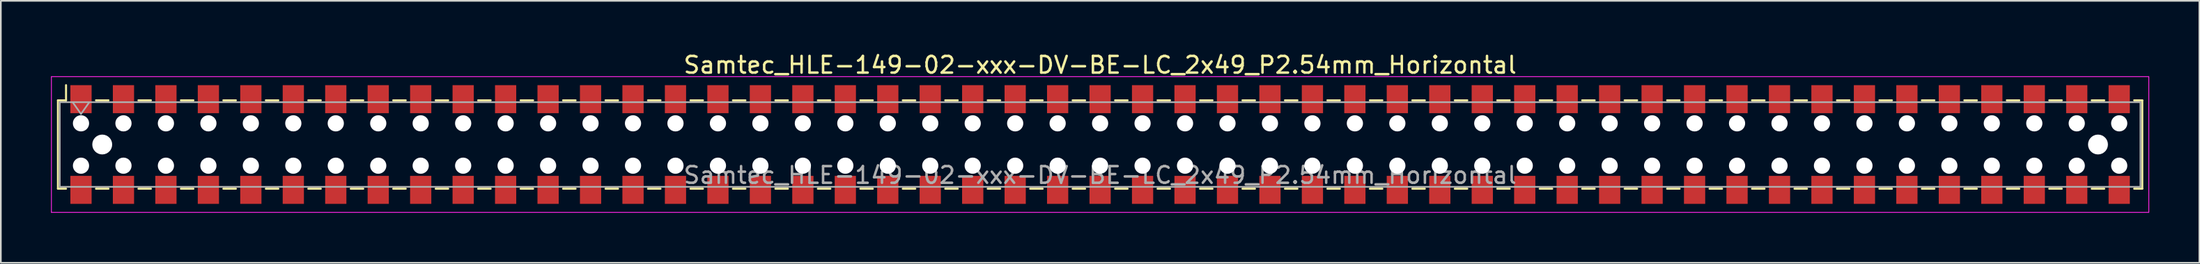
<source format=kicad_pcb>
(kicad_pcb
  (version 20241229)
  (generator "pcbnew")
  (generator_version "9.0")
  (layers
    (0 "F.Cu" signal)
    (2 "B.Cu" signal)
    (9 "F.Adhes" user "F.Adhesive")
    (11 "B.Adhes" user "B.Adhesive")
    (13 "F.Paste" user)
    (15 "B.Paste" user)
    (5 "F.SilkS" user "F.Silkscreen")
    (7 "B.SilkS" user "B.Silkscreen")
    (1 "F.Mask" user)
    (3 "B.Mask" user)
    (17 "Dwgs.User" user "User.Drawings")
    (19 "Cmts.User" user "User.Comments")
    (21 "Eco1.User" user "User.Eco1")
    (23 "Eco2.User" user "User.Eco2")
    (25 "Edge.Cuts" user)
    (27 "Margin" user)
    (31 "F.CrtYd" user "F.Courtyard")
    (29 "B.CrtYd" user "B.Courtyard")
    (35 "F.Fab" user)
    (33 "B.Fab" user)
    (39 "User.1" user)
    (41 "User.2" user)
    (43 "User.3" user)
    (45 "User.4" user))
  (footprint "Samtec_HLE-149-02-xxx-DV-BE-LC_2x49_P2.54mm_Horizontal"
    (layer "F.Cu")
    (at 62.755 5.618)
    (property "Reference" "Samtec_HLE-149-02-xxx-DV-BE-LC_2x49_P2.54mm_Horizontal" (at 0 -4.77 0) (layer "F.SilkS") (effects (font (size 1 1) (thickness 0.15))))
    (attr smd)
    (fp_line (start -62.34 -2.65) (end -62.34 2.65) (stroke (width 0.12) (type solid)) (layer "F.SilkS"))
    (fp_line (start -62.34 2.65) (end -61.855 2.65) (stroke (width 0.12) (type solid)) (layer "F.SilkS"))
    (fp_line (start -61.855 -3.56) (end -61.855 -2.65) (stroke (width 0.12) (type solid)) (layer "F.SilkS"))
    (fp_line (start -61.855 -2.65) (end -62.34 -2.65) (stroke (width 0.12) (type solid)) (layer "F.SilkS"))
    (fp_line (start -60.065 -2.65) (end -59.315 -2.65) (stroke (width 0.12) (type solid)) (layer "F.SilkS"))
    (fp_line (start -60.065 2.65) (end -59.315 2.65) (stroke (width 0.12) (type solid)) (layer "F.SilkS"))
    (fp_line (start -57.525 -2.65) (end -56.775 -2.65) (stroke (width 0.12) (type solid)) (layer "F.SilkS"))
    (fp_line (start -57.525 2.65) (end -56.775 2.65) (stroke (width 0.12) (type solid)) (layer "F.SilkS"))
    (fp_line (start -54.985 -2.65) (end -54.235 -2.65) (stroke (width 0.12) (type solid)) (layer "F.SilkS"))
    (fp_line (start -54.985 2.65) (end -54.235 2.65) (stroke (width 0.12) (type solid)) (layer "F.SilkS"))
    (fp_line (start -52.445 -2.65) (end -51.695 -2.65) (stroke (width 0.12) (type solid)) (layer "F.SilkS"))
    (fp_line (start -52.445 2.65) (end -51.695 2.65) (stroke (width 0.12) (type solid)) (layer "F.SilkS"))
    (fp_line (start -49.905 -2.65) (end -49.155 -2.65) (stroke (width 0.12) (type solid)) (layer "F.SilkS"))
    (fp_line (start -49.905 2.65) (end -49.155 2.65) (stroke (width 0.12) (type solid)) (layer "F.SilkS"))
    (fp_line (start -47.365 -2.65) (end -46.615 -2.65) (stroke (width 0.12) (type solid)) (layer "F.SilkS"))
    (fp_line (start -47.365 2.65) (end -46.615 2.65) (stroke (width 0.12) (type solid)) (layer "F.SilkS"))
    (fp_line (start -44.825 -2.65) (end -44.075 -2.65) (stroke (width 0.12) (type solid)) (layer "F.SilkS"))
    (fp_line (start -44.825 2.65) (end -44.075 2.65) (stroke (width 0.12) (type solid)) (layer "F.SilkS"))
    (fp_line (start -42.285 -2.65) (end -41.535 -2.65) (stroke (width 0.12) (type solid)) (layer "F.SilkS"))
    (fp_line (start -42.285 2.65) (end -41.535 2.65) (stroke (width 0.12) (type solid)) (layer "F.SilkS"))
    (fp_line (start -39.745 -2.65) (end -38.995 -2.65) (stroke (width 0.12) (type solid)) (layer "F.SilkS"))
    (fp_line (start -39.745 2.65) (end -38.995 2.65) (stroke (width 0.12) (type solid)) (layer "F.SilkS"))
    (fp_line (start -37.205 -2.65) (end -36.455 -2.65) (stroke (width 0.12) (type solid)) (layer "F.SilkS"))
    (fp_line (start -37.205 2.65) (end -36.455 2.65) (stroke (width 0.12) (type solid)) (layer "F.SilkS"))
    (fp_line (start -34.665 -2.65) (end -33.915 -2.65) (stroke (width 0.12) (type solid)) (layer "F.SilkS"))
    (fp_line (start -34.665 2.65) (end -33.915 2.65) (stroke (width 0.12) (type solid)) (layer "F.SilkS"))
    (fp_line (start -32.125 -2.65) (end -31.375 -2.65) (stroke (width 0.12) (type solid)) (layer "F.SilkS"))
    (fp_line (start -32.125 2.65) (end -31.375 2.65) (stroke (width 0.12) (type solid)) (layer "F.SilkS"))
    (fp_line (start -29.585 -2.65) (end -28.835 -2.65) (stroke (width 0.12) (type solid)) (layer "F.SilkS"))
    (fp_line (start -29.585 2.65) (end -28.835 2.65) (stroke (width 0.12) (type solid)) (layer "F.SilkS"))
    (fp_line (start -27.045 -2.65) (end -26.295 -2.65) (stroke (width 0.12) (type solid)) (layer "F.SilkS"))
    (fp_line (start -27.045 2.65) (end -26.295 2.65) (stroke (width 0.12) (type solid)) (layer "F.SilkS"))
    (fp_line (start -24.505 -2.65) (end -23.755 -2.65) (stroke (width 0.12) (type solid)) (layer "F.SilkS"))
    (fp_line (start -24.505 2.65) (end -23.755 2.65) (stroke (width 0.12) (type solid)) (layer "F.SilkS"))
    (fp_line (start -21.965 -2.65) (end -21.215 -2.65) (stroke (width 0.12) (type solid)) (layer "F.SilkS"))
    (fp_line (start -21.965 2.65) (end -21.215 2.65) (stroke (width 0.12) (type solid)) (layer "F.SilkS"))
    (fp_line (start -19.425 -2.65) (end -18.675 -2.65) (stroke (width 0.12) (type solid)) (layer "F.SilkS"))
    (fp_line (start -19.425 2.65) (end -18.675 2.65) (stroke (width 0.12) (type solid)) (layer "F.SilkS"))
    (fp_line (start -16.885 -2.65) (end -16.135 -2.65) (stroke (width 0.12) (type solid)) (layer "F.SilkS"))
    (fp_line (start -16.885 2.65) (end -16.135 2.65) (stroke (width 0.12) (type solid)) (layer "F.SilkS"))
    (fp_line (start -14.345 -2.65) (end -13.595 -2.65) (stroke (width 0.12) (type solid)) (layer "F.SilkS"))
    (fp_line (start -14.345 2.65) (end -13.595 2.65) (stroke (width 0.12) (type solid)) (layer "F.SilkS"))
    (fp_line (start -11.805 -2.65) (end -11.055 -2.65) (stroke (width 0.12) (type solid)) (layer "F.SilkS"))
    (fp_line (start -11.805 2.65) (end -11.055 2.65) (stroke (width 0.12) (type solid)) (layer "F.SilkS"))
    (fp_line (start -9.265 -2.65) (end -8.515 -2.65) (stroke (width 0.12) (type solid)) (layer "F.SilkS"))
    (fp_line (start -9.265 2.65) (end -8.515 2.65) (stroke (width 0.12) (type solid)) (layer "F.SilkS"))
    (fp_line (start -6.725 -2.65) (end -5.975 -2.65) (stroke (width 0.12) (type solid)) (layer "F.SilkS"))
    (fp_line (start -6.725 2.65) (end -5.975 2.65) (stroke (width 0.12) (type solid)) (layer "F.SilkS"))
    (fp_line (start -4.185 -2.65) (end -3.435 -2.65) (stroke (width 0.12) (type solid)) (layer "F.SilkS"))
    (fp_line (start -4.185 2.65) (end -3.435 2.65) (stroke (width 0.12) (type solid)) (layer "F.SilkS"))
    (fp_line (start -1.645 -2.65) (end -0.895 -2.65) (stroke (width 0.12) (type solid)) (layer "F.SilkS"))
    (fp_line (start -1.645 2.65) (end -0.895 2.65) (stroke (width 0.12) (type solid)) (layer "F.SilkS"))
    (fp_line (start 0.895 -2.65) (end 1.645 -2.65) (stroke (width 0.12) (type solid)) (layer "F.SilkS"))
    (fp_line (start 0.895 2.65) (end 1.645 2.65) (stroke (width 0.12) (type solid)) (layer "F.SilkS"))
    (fp_line (start 3.435 -2.65) (end 4.185 -2.65) (stroke (width 0.12) (type solid)) (layer "F.SilkS"))
    (fp_line (start 3.435 2.65) (end 4.185 2.65) (stroke (width 0.12) (type solid)) (layer "F.SilkS"))
    (fp_line (start 5.975 -2.65) (end 6.725 -2.65) (stroke (width 0.12) (type solid)) (layer "F.SilkS"))
    (fp_line (start 5.975 2.65) (end 6.725 2.65) (stroke (width 0.12) (type solid)) (layer "F.SilkS"))
    (fp_line (start 8.515 -2.65) (end 9.265 -2.65) (stroke (width 0.12) (type solid)) (layer "F.SilkS"))
    (fp_line (start 8.515 2.65) (end 9.265 2.65) (stroke (width 0.12) (type solid)) (layer "F.SilkS"))
    (fp_line (start 11.055 -2.65) (end 11.805 -2.65) (stroke (width 0.12) (type solid)) (layer "F.SilkS"))
    (fp_line (start 11.055 2.65) (end 11.805 2.65) (stroke (width 0.12) (type solid)) (layer "F.SilkS"))
    (fp_line (start 13.595 -2.65) (end 14.345 -2.65) (stroke (width 0.12) (type solid)) (layer "F.SilkS"))
    (fp_line (start 13.595 2.65) (end 14.345 2.65) (stroke (width 0.12) (type solid)) (layer "F.SilkS"))
    (fp_line (start 16.135 -2.65) (end 16.885 -2.65) (stroke (width 0.12) (type solid)) (layer "F.SilkS"))
    (fp_line (start 16.135 2.65) (end 16.885 2.65) (stroke (width 0.12) (type solid)) (layer "F.SilkS"))
    (fp_line (start 18.675 -2.65) (end 19.425 -2.65) (stroke (width 0.12) (type solid)) (layer "F.SilkS"))
    (fp_line (start 18.675 2.65) (end 19.425 2.65) (stroke (width 0.12) (type solid)) (layer "F.SilkS"))
    (fp_line (start 21.215 -2.65) (end 21.965 -2.65) (stroke (width 0.12) (type solid)) (layer "F.SilkS"))
    (fp_line (start 21.215 2.65) (end 21.965 2.65) (stroke (width 0.12) (type solid)) (layer "F.SilkS"))
    (fp_line (start 23.755 -2.65) (end 24.505 -2.65) (stroke (width 0.12) (type solid)) (layer "F.SilkS"))
    (fp_line (start 23.755 2.65) (end 24.505 2.65) (stroke (width 0.12) (type solid)) (layer "F.SilkS"))
    (fp_line (start 26.295 -2.65) (end 27.045 -2.65) (stroke (width 0.12) (type solid)) (layer "F.SilkS"))
    (fp_line (start 26.295 2.65) (end 27.045 2.65) (stroke (width 0.12) (type solid)) (layer "F.SilkS"))
    (fp_line (start 28.835 -2.65) (end 29.585 -2.65) (stroke (width 0.12) (type solid)) (layer "F.SilkS"))
    (fp_line (start 28.835 2.65) (end 29.585 2.65) (stroke (width 0.12) (type solid)) (layer "F.SilkS"))
    (fp_line (start 31.375 -2.65) (end 32.125 -2.65) (stroke (width 0.12) (type solid)) (layer "F.SilkS"))
    (fp_line (start 31.375 2.65) (end 32.125 2.65) (stroke (width 0.12) (type solid)) (layer "F.SilkS"))
    (fp_line (start 33.915 -2.65) (end 34.665 -2.65) (stroke (width 0.12) (type solid)) (layer "F.SilkS"))
    (fp_line (start 33.915 2.65) (end 34.665 2.65) (stroke (width 0.12) (type solid)) (layer "F.SilkS"))
    (fp_line (start 36.455 -2.65) (end 37.205 -2.65) (stroke (width 0.12) (type solid)) (layer "F.SilkS"))
    (fp_line (start 36.455 2.65) (end 37.205 2.65) (stroke (width 0.12) (type solid)) (layer "F.SilkS"))
    (fp_line (start 38.995 -2.65) (end 39.745 -2.65) (stroke (width 0.12) (type solid)) (layer "F.SilkS"))
    (fp_line (start 38.995 2.65) (end 39.745 2.65) (stroke (width 0.12) (type solid)) (layer "F.SilkS"))
    (fp_line (start 41.535 -2.65) (end 42.285 -2.65) (stroke (width 0.12) (type solid)) (layer "F.SilkS"))
    (fp_line (start 41.535 2.65) (end 42.285 2.65) (stroke (width 0.12) (type solid)) (layer "F.SilkS"))
    (fp_line (start 44.075 -2.65) (end 44.825 -2.65) (stroke (width 0.12) (type solid)) (layer "F.SilkS"))
    (fp_line (start 44.075 2.65) (end 44.825 2.65) (stroke (width 0.12) (type solid)) (layer "F.SilkS"))
    (fp_line (start 46.615 -2.65) (end 47.365 -2.65) (stroke (width 0.12) (type solid)) (layer "F.SilkS"))
    (fp_line (start 46.615 2.65) (end 47.365 2.65) (stroke (width 0.12) (type solid)) (layer "F.SilkS"))
    (fp_line (start 49.155 -2.65) (end 49.905 -2.65) (stroke (width 0.12) (type solid)) (layer "F.SilkS"))
    (fp_line (start 49.155 2.65) (end 49.905 2.65) (stroke (width 0.12) (type solid)) (layer "F.SilkS"))
    (fp_line (start 51.695 -2.65) (end 52.445 -2.65) (stroke (width 0.12) (type solid)) (layer "F.SilkS"))
    (fp_line (start 51.695 2.65) (end 52.445 2.65) (stroke (width 0.12) (type solid)) (layer "F.SilkS"))
    (fp_line (start 54.235 -2.65) (end 54.985 -2.65) (stroke (width 0.12) (type solid)) (layer "F.SilkS"))
    (fp_line (start 54.235 2.65) (end 54.985 2.65) (stroke (width 0.12) (type solid)) (layer "F.SilkS"))
    (fp_line (start 56.775 -2.65) (end 57.525 -2.65) (stroke (width 0.12) (type solid)) (layer "F.SilkS"))
    (fp_line (start 56.775 2.65) (end 57.525 2.65) (stroke (width 0.12) (type solid)) (layer "F.SilkS"))
    (fp_line (start 59.315 -2.65) (end 60.065 -2.65) (stroke (width 0.12) (type solid)) (layer "F.SilkS"))
    (fp_line (start 59.315 2.65) (end 60.065 2.65) (stroke (width 0.12) (type solid)) (layer "F.SilkS"))
    (fp_line (start 61.855 -2.65) (end 62.34 -2.65) (stroke (width 0.12) (type solid)) (layer "F.SilkS"))
    (fp_line (start 62.34 -2.65) (end 62.34 2.65) (stroke (width 0.12) (type solid)) (layer "F.SilkS"))
    (fp_line (start 62.34 2.65) (end 61.855 2.65) (stroke (width 0.12) (type solid)) (layer "F.SilkS"))
    (fp_line (start -62.73 -4.07) (end 62.73 -4.07) (stroke (width 0.05) (type solid)) (layer "F.CrtYd"))
    (fp_line (start -62.73 4.07) (end -62.73 -4.07) (stroke (width 0.05) (type solid)) (layer "F.CrtYd"))
    (fp_line (start 62.73 -4.07) (end 62.73 4.07) (stroke (width 0.05) (type solid)) (layer "F.CrtYd"))
    (fp_line (start 62.73 4.07) (end -62.73 4.07) (stroke (width 0.05) (type solid)) (layer "F.CrtYd"))
    (fp_line (start -62.23 -2.54) (end 62.23 -2.54) (stroke (width 0.1) (type solid)) (layer "F.Fab"))
    (fp_line (start -62.23 2.54) (end -62.23 -2.54) (stroke (width 0.1) (type solid)) (layer "F.Fab"))
    (fp_line (start -61.46 -2.54) (end -60.96 -1.833) (stroke (width 0.1) (type solid)) (layer "F.Fab"))
    (fp_line (start -60.96 -1.833) (end -60.46 -2.54) (stroke (width 0.1) (type solid)) (layer "F.Fab"))
    (fp_line (start 62.23 -2.54) (end 62.23 2.54) (stroke (width 0.1) (type solid)) (layer "F.Fab"))
    (fp_line (start 62.23 2.54) (end -62.23 2.54) (stroke (width 0.1) (type solid)) (layer "F.Fab"))
    (fp_text user "${REFERENCE}" (at 0 1.84 0) (layer "F.Fab") (effects (font (size 1 1) (thickness 0.15))))
    (pad "" np_thru_hole circle (at -60.96 -1.27) (size 0.97 0.97) (drill 0.97) (layers "*.Cu" "*.Mask"))
    (pad "" np_thru_hole circle (at -60.96 1.27) (size 0.97 0.97) (drill 0.97) (layers "*.Cu" "*.Mask"))
    (pad "" np_thru_hole circle (at -59.69 0) (size 1.19 1.19) (drill 1.19) (layers "*.Cu" "*.Mask"))
    (pad "" np_thru_hole circle (at -58.42 -1.27) (size 0.97 0.97) (drill 0.97) (layers "*.Cu" "*.Mask"))
    (pad "" np_thru_hole circle (at -58.42 1.27) (size 0.97 0.97) (drill 0.97) (layers "*.Cu" "*.Mask"))
    (pad "" np_thru_hole circle (at -55.88 -1.27) (size 0.97 0.97) (drill 0.97) (layers "*.Cu" "*.Mask"))
    (pad "" np_thru_hole circle (at -55.88 1.27) (size 0.97 0.97) (drill 0.97) (layers "*.Cu" "*.Mask"))
    (pad "" np_thru_hole circle (at -53.34 -1.27) (size 0.97 0.97) (drill 0.97) (layers "*.Cu" "*.Mask"))
    (pad "" np_thru_hole circle (at -53.34 1.27) (size 0.97 0.97) (drill 0.97) (layers "*.Cu" "*.Mask"))
    (pad "" np_thru_hole circle (at -50.8 -1.27) (size 0.97 0.97) (drill 0.97) (layers "*.Cu" "*.Mask"))
    (pad "" np_thru_hole circle (at -50.8 1.27) (size 0.97 0.97) (drill 0.97) (layers "*.Cu" "*.Mask"))
    (pad "" np_thru_hole circle (at -48.26 -1.27) (size 0.97 0.97) (drill 0.97) (layers "*.Cu" "*.Mask"))
    (pad "" np_thru_hole circle (at -48.26 1.27) (size 0.97 0.97) (drill 0.97) (layers "*.Cu" "*.Mask"))
    (pad "" np_thru_hole circle (at -45.72 -1.27) (size 0.97 0.97) (drill 0.97) (layers "*.Cu" "*.Mask"))
    (pad "" np_thru_hole circle (at -45.72 1.27) (size 0.97 0.97) (drill 0.97) (layers "*.Cu" "*.Mask"))
    (pad "" np_thru_hole circle (at -43.18 -1.27) (size 0.97 0.97) (drill 0.97) (layers "*.Cu" "*.Mask"))
    (pad "" np_thru_hole circle (at -43.18 1.27) (size 0.97 0.97) (drill 0.97) (layers "*.Cu" "*.Mask"))
    (pad "" np_thru_hole circle (at -40.64 -1.27) (size 0.97 0.97) (drill 0.97) (layers "*.Cu" "*.Mask"))
    (pad "" np_thru_hole circle (at -40.64 1.27) (size 0.97 0.97) (drill 0.97) (layers "*.Cu" "*.Mask"))
    (pad "" np_thru_hole circle (at -38.1 -1.27) (size 0.97 0.97) (drill 0.97) (layers "*.Cu" "*.Mask"))
    (pad "" np_thru_hole circle (at -38.1 1.27) (size 0.97 0.97) (drill 0.97) (layers "*.Cu" "*.Mask"))
    (pad "" np_thru_hole circle (at -35.56 -1.27) (size 0.97 0.97) (drill 0.97) (layers "*.Cu" "*.Mask"))
    (pad "" np_thru_hole circle (at -35.56 1.27) (size 0.97 0.97) (drill 0.97) (layers "*.Cu" "*.Mask"))
    (pad "" np_thru_hole circle (at -33.02 -1.27) (size 0.97 0.97) (drill 0.97) (layers "*.Cu" "*.Mask"))
    (pad "" np_thru_hole circle (at -33.02 1.27) (size 0.97 0.97) (drill 0.97) (layers "*.Cu" "*.Mask"))
    (pad "" np_thru_hole circle (at -30.48 -1.27) (size 0.97 0.97) (drill 0.97) (layers "*.Cu" "*.Mask"))
    (pad "" np_thru_hole circle (at -30.48 1.27) (size 0.97 0.97) (drill 0.97) (layers "*.Cu" "*.Mask"))
    (pad "" np_thru_hole circle (at -27.94 -1.27) (size 0.97 0.97) (drill 0.97) (layers "*.Cu" "*.Mask"))
    (pad "" np_thru_hole circle (at -27.94 1.27) (size 0.97 0.97) (drill 0.97) (layers "*.Cu" "*.Mask"))
    (pad "" np_thru_hole circle (at -25.4 -1.27) (size 0.97 0.97) (drill 0.97) (layers "*.Cu" "*.Mask"))
    (pad "" np_thru_hole circle (at -25.4 1.27) (size 0.97 0.97) (drill 0.97) (layers "*.Cu" "*.Mask"))
    (pad "" np_thru_hole circle (at -22.86 -1.27) (size 0.97 0.97) (drill 0.97) (layers "*.Cu" "*.Mask"))
    (pad "" np_thru_hole circle (at -22.86 1.27) (size 0.97 0.97) (drill 0.97) (layers "*.Cu" "*.Mask"))
    (pad "" np_thru_hole circle (at -20.32 -1.27) (size 0.97 0.97) (drill 0.97) (layers "*.Cu" "*.Mask"))
    (pad "" np_thru_hole circle (at -20.32 1.27) (size 0.97 0.97) (drill 0.97) (layers "*.Cu" "*.Mask"))
    (pad "" np_thru_hole circle (at -17.78 -1.27) (size 0.97 0.97) (drill 0.97) (layers "*.Cu" "*.Mask"))
    (pad "" np_thru_hole circle (at -17.78 1.27) (size 0.97 0.97) (drill 0.97) (layers "*.Cu" "*.Mask"))
    (pad "" np_thru_hole circle (at -15.24 -1.27) (size 0.97 0.97) (drill 0.97) (layers "*.Cu" "*.Mask"))
    (pad "" np_thru_hole circle (at -15.24 1.27) (size 0.97 0.97) (drill 0.97) (layers "*.Cu" "*.Mask"))
    (pad "" np_thru_hole circle (at -12.7 -1.27) (size 0.97 0.97) (drill 0.97) (layers "*.Cu" "*.Mask"))
    (pad "" np_thru_hole circle (at -12.7 1.27) (size 0.97 0.97) (drill 0.97) (layers "*.Cu" "*.Mask"))
    (pad "" np_thru_hole circle (at -10.16 -1.27) (size 0.97 0.97) (drill 0.97) (layers "*.Cu" "*.Mask"))
    (pad "" np_thru_hole circle (at -10.16 1.27) (size 0.97 0.97) (drill 0.97) (layers "*.Cu" "*.Mask"))
    (pad "" np_thru_hole circle (at -7.62 -1.27) (size 0.97 0.97) (drill 0.97) (layers "*.Cu" "*.Mask"))
    (pad "" np_thru_hole circle (at -7.62 1.27) (size 0.97 0.97) (drill 0.97) (layers "*.Cu" "*.Mask"))
    (pad "" np_thru_hole circle (at -5.08 -1.27) (size 0.97 0.97) (drill 0.97) (layers "*.Cu" "*.Mask"))
    (pad "" np_thru_hole circle (at -5.08 1.27) (size 0.97 0.97) (drill 0.97) (layers "*.Cu" "*.Mask"))
    (pad "" np_thru_hole circle (at -2.54 -1.27) (size 0.97 0.97) (drill 0.97) (layers "*.Cu" "*.Mask"))
    (pad "" np_thru_hole circle (at -2.54 1.27) (size 0.97 0.97) (drill 0.97) (layers "*.Cu" "*.Mask"))
    (pad "" np_thru_hole circle (at 0 -1.27) (size 0.97 0.97) (drill 0.97) (layers "*.Cu" "*.Mask"))
    (pad "" np_thru_hole circle (at 0 1.27) (size 0.97 0.97) (drill 0.97) (layers "*.Cu" "*.Mask"))
    (pad "" np_thru_hole circle (at 2.54 -1.27) (size 0.97 0.97) (drill 0.97) (layers "*.Cu" "*.Mask"))
    (pad "" np_thru_hole circle (at 2.54 1.27) (size 0.97 0.97) (drill 0.97) (layers "*.Cu" "*.Mask"))
    (pad "" np_thru_hole circle (at 5.08 -1.27) (size 0.97 0.97) (drill 0.97) (layers "*.Cu" "*.Mask"))
    (pad "" np_thru_hole circle (at 5.08 1.27) (size 0.97 0.97) (drill 0.97) (layers "*.Cu" "*.Mask"))
    (pad "" np_thru_hole circle (at 7.62 -1.27) (size 0.97 0.97) (drill 0.97) (layers "*.Cu" "*.Mask"))
    (pad "" np_thru_hole circle (at 7.62 1.27) (size 0.97 0.97) (drill 0.97) (layers "*.Cu" "*.Mask"))
    (pad "" np_thru_hole circle (at 10.16 -1.27) (size 0.97 0.97) (drill 0.97) (layers "*.Cu" "*.Mask"))
    (pad "" np_thru_hole circle (at 10.16 1.27) (size 0.97 0.97) (drill 0.97) (layers "*.Cu" "*.Mask"))
    (pad "" np_thru_hole circle (at 12.7 -1.27) (size 0.97 0.97) (drill 0.97) (layers "*.Cu" "*.Mask"))
    (pad "" np_thru_hole circle (at 12.7 1.27) (size 0.97 0.97) (drill 0.97) (layers "*.Cu" "*.Mask"))
    (pad "" np_thru_hole circle (at 15.24 -1.27) (size 0.97 0.97) (drill 0.97) (layers "*.Cu" "*.Mask"))
    (pad "" np_thru_hole circle (at 15.24 1.27) (size 0.97 0.97) (drill 0.97) (layers "*.Cu" "*.Mask"))
    (pad "" np_thru_hole circle (at 17.78 -1.27) (size 0.97 0.97) (drill 0.97) (layers "*.Cu" "*.Mask"))
    (pad "" np_thru_hole circle (at 17.78 1.27) (size 0.97 0.97) (drill 0.97) (layers "*.Cu" "*.Mask"))
    (pad "" np_thru_hole circle (at 20.32 -1.27) (size 0.97 0.97) (drill 0.97) (layers "*.Cu" "*.Mask"))
    (pad "" np_thru_hole circle (at 20.32 1.27) (size 0.97 0.97) (drill 0.97) (layers "*.Cu" "*.Mask"))
    (pad "" np_thru_hole circle (at 22.86 -1.27) (size 0.97 0.97) (drill 0.97) (layers "*.Cu" "*.Mask"))
    (pad "" np_thru_hole circle (at 22.86 1.27) (size 0.97 0.97) (drill 0.97) (layers "*.Cu" "*.Mask"))
    (pad "" np_thru_hole circle (at 25.4 -1.27) (size 0.97 0.97) (drill 0.97) (layers "*.Cu" "*.Mask"))
    (pad "" np_thru_hole circle (at 25.4 1.27) (size 0.97 0.97) (drill 0.97) (layers "*.Cu" "*.Mask"))
    (pad "" np_thru_hole circle (at 27.94 -1.27) (size 0.97 0.97) (drill 0.97) (layers "*.Cu" "*.Mask"))
    (pad "" np_thru_hole circle (at 27.94 1.27) (size 0.97 0.97) (drill 0.97) (layers "*.Cu" "*.Mask"))
    (pad "" np_thru_hole circle (at 30.48 -1.27) (size 0.97 0.97) (drill 0.97) (layers "*.Cu" "*.Mask"))
    (pad "" np_thru_hole circle (at 30.48 1.27) (size 0.97 0.97) (drill 0.97) (layers "*.Cu" "*.Mask"))
    (pad "" np_thru_hole circle (at 33.02 -1.27) (size 0.97 0.97) (drill 0.97) (layers "*.Cu" "*.Mask"))
    (pad "" np_thru_hole circle (at 33.02 1.27) (size 0.97 0.97) (drill 0.97) (layers "*.Cu" "*.Mask"))
    (pad "" np_thru_hole circle (at 35.56 -1.27) (size 0.97 0.97) (drill 0.97) (layers "*.Cu" "*.Mask"))
    (pad "" np_thru_hole circle (at 35.56 1.27) (size 0.97 0.97) (drill 0.97) (layers "*.Cu" "*.Mask"))
    (pad "" np_thru_hole circle (at 38.1 -1.27) (size 0.97 0.97) (drill 0.97) (layers "*.Cu" "*.Mask"))
    (pad "" np_thru_hole circle (at 38.1 1.27) (size 0.97 0.97) (drill 0.97) (layers "*.Cu" "*.Mask"))
    (pad "" np_thru_hole circle (at 40.64 -1.27) (size 0.97 0.97) (drill 0.97) (layers "*.Cu" "*.Mask"))
    (pad "" np_thru_hole circle (at 40.64 1.27) (size 0.97 0.97) (drill 0.97) (layers "*.Cu" "*.Mask"))
    (pad "" np_thru_hole circle (at 43.18 -1.27) (size 0.97 0.97) (drill 0.97) (layers "*.Cu" "*.Mask"))
    (pad "" np_thru_hole circle (at 43.18 1.27) (size 0.97 0.97) (drill 0.97) (layers "*.Cu" "*.Mask"))
    (pad "" np_thru_hole circle (at 45.72 -1.27) (size 0.97 0.97) (drill 0.97) (layers "*.Cu" "*.Mask"))
    (pad "" np_thru_hole circle (at 45.72 1.27) (size 0.97 0.97) (drill 0.97) (layers "*.Cu" "*.Mask"))
    (pad "" np_thru_hole circle (at 48.26 -1.27) (size 0.97 0.97) (drill 0.97) (layers "*.Cu" "*.Mask"))
    (pad "" np_thru_hole circle (at 48.26 1.27) (size 0.97 0.97) (drill 0.97) (layers "*.Cu" "*.Mask"))
    (pad "" np_thru_hole circle (at 50.8 -1.27) (size 0.97 0.97) (drill 0.97) (layers "*.Cu" "*.Mask"))
    (pad "" np_thru_hole circle (at 50.8 1.27) (size 0.97 0.97) (drill 0.97) (layers "*.Cu" "*.Mask"))
    (pad "" np_thru_hole circle (at 53.34 -1.27) (size 0.97 0.97) (drill 0.97) (layers "*.Cu" "*.Mask"))
    (pad "" np_thru_hole circle (at 53.34 1.27) (size 0.97 0.97) (drill 0.97) (layers "*.Cu" "*.Mask"))
    (pad "" np_thru_hole circle (at 55.88 -1.27) (size 0.97 0.97) (drill 0.97) (layers "*.Cu" "*.Mask"))
    (pad "" np_thru_hole circle (at 55.88 1.27) (size 0.97 0.97) (drill 0.97) (layers "*.Cu" "*.Mask"))
    (pad "" np_thru_hole circle (at 58.42 -1.27) (size 0.97 0.97) (drill 0.97) (layers "*.Cu" "*.Mask"))
    (pad "" np_thru_hole circle (at 58.42 1.27) (size 0.97 0.97) (drill 0.97) (layers "*.Cu" "*.Mask"))
    (pad "" np_thru_hole circle (at 59.69 0) (size 1.19 1.19) (drill 1.19) (layers "*.Cu" "*.Mask"))
    (pad "" np_thru_hole circle (at 60.96 -1.27) (size 0.97 0.97) (drill 0.97) (layers "*.Cu" "*.Mask"))
    (pad "" np_thru_hole circle (at 60.96 1.27) (size 0.97 0.97) (drill 0.97) (layers "*.Cu" "*.Mask"))
    (pad "1" smd rect (at -60.96 -2.72) (size 1.27 1.68) (layers "F.Cu" "F.Mask" "F.Paste"))
    (pad "2" smd rect (at -60.96 2.72) (size 1.27 1.68) (layers "F.Cu" "F.Mask" "F.Paste"))
    (pad "3" smd rect (at -58.42 -2.72) (size 1.27 1.68) (layers "F.Cu" "F.Mask" "F.Paste"))
    (pad "4" smd rect (at -58.42 2.72) (size 1.27 1.68) (layers "F.Cu" "F.Mask" "F.Paste"))
    (pad "5" smd rect (at -55.88 -2.72) (size 1.27 1.68) (layers "F.Cu" "F.Mask" "F.Paste"))
    (pad "6" smd rect (at -55.88 2.72) (size 1.27 1.68) (layers "F.Cu" "F.Mask" "F.Paste"))
    (pad "7" smd rect (at -53.34 -2.72) (size 1.27 1.68) (layers "F.Cu" "F.Mask" "F.Paste"))
    (pad "8" smd rect (at -53.34 2.72) (size 1.27 1.68) (layers "F.Cu" "F.Mask" "F.Paste"))
    (pad "9" smd rect (at -50.8 -2.72) (size 1.27 1.68) (layers "F.Cu" "F.Mask" "F.Paste"))
    (pad "10" smd rect (at -50.8 2.72) (size 1.27 1.68) (layers "F.Cu" "F.Mask" "F.Paste"))
    (pad "11" smd rect (at -48.26 -2.72) (size 1.27 1.68) (layers "F.Cu" "F.Mask" "F.Paste"))
    (pad "12" smd rect (at -48.26 2.72) (size 1.27 1.68) (layers "F.Cu" "F.Mask" "F.Paste"))
    (pad "13" smd rect (at -45.72 -2.72) (size 1.27 1.68) (layers "F.Cu" "F.Mask" "F.Paste"))
    (pad "14" smd rect (at -45.72 2.72) (size 1.27 1.68) (layers "F.Cu" "F.Mask" "F.Paste"))
    (pad "15" smd rect (at -43.18 -2.72) (size 1.27 1.68) (layers "F.Cu" "F.Mask" "F.Paste"))
    (pad "16" smd rect (at -43.18 2.72) (size 1.27 1.68) (layers "F.Cu" "F.Mask" "F.Paste"))
    (pad "17" smd rect (at -40.64 -2.72) (size 1.27 1.68) (layers "F.Cu" "F.Mask" "F.Paste"))
    (pad "18" smd rect (at -40.64 2.72) (size 1.27 1.68) (layers "F.Cu" "F.Mask" "F.Paste"))
    (pad "19" smd rect (at -38.1 -2.72) (size 1.27 1.68) (layers "F.Cu" "F.Mask" "F.Paste"))
    (pad "20" smd rect (at -38.1 2.72) (size 1.27 1.68) (layers "F.Cu" "F.Mask" "F.Paste"))
    (pad "21" smd rect (at -35.56 -2.72) (size 1.27 1.68) (layers "F.Cu" "F.Mask" "F.Paste"))
    (pad "22" smd rect (at -35.56 2.72) (size 1.27 1.68) (layers "F.Cu" "F.Mask" "F.Paste"))
    (pad "23" smd rect (at -33.02 -2.72) (size 1.27 1.68) (layers "F.Cu" "F.Mask" "F.Paste"))
    (pad "24" smd rect (at -33.02 2.72) (size 1.27 1.68) (layers "F.Cu" "F.Mask" "F.Paste"))
    (pad "25" smd rect (at -30.48 -2.72) (size 1.27 1.68) (layers "F.Cu" "F.Mask" "F.Paste"))
    (pad "26" smd rect (at -30.48 2.72) (size 1.27 1.68) (layers "F.Cu" "F.Mask" "F.Paste"))
    (pad "27" smd rect (at -27.94 -2.72) (size 1.27 1.68) (layers "F.Cu" "F.Mask" "F.Paste"))
    (pad "28" smd rect (at -27.94 2.72) (size 1.27 1.68) (layers "F.Cu" "F.Mask" "F.Paste"))
    (pad "29" smd rect (at -25.4 -2.72) (size 1.27 1.68) (layers "F.Cu" "F.Mask" "F.Paste"))
    (pad "30" smd rect (at -25.4 2.72) (size 1.27 1.68) (layers "F.Cu" "F.Mask" "F.Paste"))
    (pad "31" smd rect (at -22.86 -2.72) (size 1.27 1.68) (layers "F.Cu" "F.Mask" "F.Paste"))
    (pad "32" smd rect (at -22.86 2.72) (size 1.27 1.68) (layers "F.Cu" "F.Mask" "F.Paste"))
    (pad "33" smd rect (at -20.32 -2.72) (size 1.27 1.68) (layers "F.Cu" "F.Mask" "F.Paste"))
    (pad "34" smd rect (at -20.32 2.72) (size 1.27 1.68) (layers "F.Cu" "F.Mask" "F.Paste"))
    (pad "35" smd rect (at -17.78 -2.72) (size 1.27 1.68) (layers "F.Cu" "F.Mask" "F.Paste"))
    (pad "36" smd rect (at -17.78 2.72) (size 1.27 1.68) (layers "F.Cu" "F.Mask" "F.Paste"))
    (pad "37" smd rect (at -15.24 -2.72) (size 1.27 1.68) (layers "F.Cu" "F.Mask" "F.Paste"))
    (pad "38" smd rect (at -15.24 2.72) (size 1.27 1.68) (layers "F.Cu" "F.Mask" "F.Paste"))
    (pad "39" smd rect (at -12.7 -2.72) (size 1.27 1.68) (layers "F.Cu" "F.Mask" "F.Paste"))
    (pad "40" smd rect (at -12.7 2.72) (size 1.27 1.68) (layers "F.Cu" "F.Mask" "F.Paste"))
    (pad "41" smd rect (at -10.16 -2.72) (size 1.27 1.68) (layers "F.Cu" "F.Mask" "F.Paste"))
    (pad "42" smd rect (at -10.16 2.72) (size 1.27 1.68) (layers "F.Cu" "F.Mask" "F.Paste"))
    (pad "43" smd rect (at -7.62 -2.72) (size 1.27 1.68) (layers "F.Cu" "F.Mask" "F.Paste"))
    (pad "44" smd rect (at -7.62 2.72) (size 1.27 1.68) (layers "F.Cu" "F.Mask" "F.Paste"))
    (pad "45" smd rect (at -5.08 -2.72) (size 1.27 1.68) (layers "F.Cu" "F.Mask" "F.Paste"))
    (pad "46" smd rect (at -5.08 2.72) (size 1.27 1.68) (layers "F.Cu" "F.Mask" "F.Paste"))
    (pad "47" smd rect (at -2.54 -2.72) (size 1.27 1.68) (layers "F.Cu" "F.Mask" "F.Paste"))
    (pad "48" smd rect (at -2.54 2.72) (size 1.27 1.68) (layers "F.Cu" "F.Mask" "F.Paste"))
    (pad "49" smd rect (at 0 -2.72) (size 1.27 1.68) (layers "F.Cu" "F.Mask" "F.Paste"))
    (pad "50" smd rect (at 0 2.72) (size 1.27 1.68) (layers "F.Cu" "F.Mask" "F.Paste"))
    (pad "51" smd rect (at 2.54 -2.72) (size 1.27 1.68) (layers "F.Cu" "F.Mask" "F.Paste"))
    (pad "52" smd rect (at 2.54 2.72) (size 1.27 1.68) (layers "F.Cu" "F.Mask" "F.Paste"))
    (pad "53" smd rect (at 5.08 -2.72) (size 1.27 1.68) (layers "F.Cu" "F.Mask" "F.Paste"))
    (pad "54" smd rect (at 5.08 2.72) (size 1.27 1.68) (layers "F.Cu" "F.Mask" "F.Paste"))
    (pad "55" smd rect (at 7.62 -2.72) (size 1.27 1.68) (layers "F.Cu" "F.Mask" "F.Paste"))
    (pad "56" smd rect (at 7.62 2.72) (size 1.27 1.68) (layers "F.Cu" "F.Mask" "F.Paste"))
    (pad "57" smd rect (at 10.16 -2.72) (size 1.27 1.68) (layers "F.Cu" "F.Mask" "F.Paste"))
    (pad "58" smd rect (at 10.16 2.72) (size 1.27 1.68) (layers "F.Cu" "F.Mask" "F.Paste"))
    (pad "59" smd rect (at 12.7 -2.72) (size 1.27 1.68) (layers "F.Cu" "F.Mask" "F.Paste"))
    (pad "60" smd rect (at 12.7 2.72) (size 1.27 1.68) (layers "F.Cu" "F.Mask" "F.Paste"))
    (pad "61" smd rect (at 15.24 -2.72) (size 1.27 1.68) (layers "F.Cu" "F.Mask" "F.Paste"))
    (pad "62" smd rect (at 15.24 2.72) (size 1.27 1.68) (layers "F.Cu" "F.Mask" "F.Paste"))
    (pad "63" smd rect (at 17.78 -2.72) (size 1.27 1.68) (layers "F.Cu" "F.Mask" "F.Paste"))
    (pad "64" smd rect (at 17.78 2.72) (size 1.27 1.68) (layers "F.Cu" "F.Mask" "F.Paste"))
    (pad "65" smd rect (at 20.32 -2.72) (size 1.27 1.68) (layers "F.Cu" "F.Mask" "F.Paste"))
    (pad "66" smd rect (at 20.32 2.72) (size 1.27 1.68) (layers "F.Cu" "F.Mask" "F.Paste"))
    (pad "67" smd rect (at 22.86 -2.72) (size 1.27 1.68) (layers "F.Cu" "F.Mask" "F.Paste"))
    (pad "68" smd rect (at 22.86 2.72) (size 1.27 1.68) (layers "F.Cu" "F.Mask" "F.Paste"))
    (pad "69" smd rect (at 25.4 -2.72) (size 1.27 1.68) (layers "F.Cu" "F.Mask" "F.Paste"))
    (pad "70" smd rect (at 25.4 2.72) (size 1.27 1.68) (layers "F.Cu" "F.Mask" "F.Paste"))
    (pad "71" smd rect (at 27.94 -2.72) (size 1.27 1.68) (layers "F.Cu" "F.Mask" "F.Paste"))
    (pad "72" smd rect (at 27.94 2.72) (size 1.27 1.68) (layers "F.Cu" "F.Mask" "F.Paste"))
    (pad "73" smd rect (at 30.48 -2.72) (size 1.27 1.68) (layers "F.Cu" "F.Mask" "F.Paste"))
    (pad "74" smd rect (at 30.48 2.72) (size 1.27 1.68) (layers "F.Cu" "F.Mask" "F.Paste"))
    (pad "75" smd rect (at 33.02 -2.72) (size 1.27 1.68) (layers "F.Cu" "F.Mask" "F.Paste"))
    (pad "76" smd rect (at 33.02 2.72) (size 1.27 1.68) (layers "F.Cu" "F.Mask" "F.Paste"))
    (pad "77" smd rect (at 35.56 -2.72) (size 1.27 1.68) (layers "F.Cu" "F.Mask" "F.Paste"))
    (pad "78" smd rect (at 35.56 2.72) (size 1.27 1.68) (layers "F.Cu" "F.Mask" "F.Paste"))
    (pad "79" smd rect (at 38.1 -2.72) (size 1.27 1.68) (layers "F.Cu" "F.Mask" "F.Paste"))
    (pad "80" smd rect (at 38.1 2.72) (size 1.27 1.68) (layers "F.Cu" "F.Mask" "F.Paste"))
    (pad "81" smd rect (at 40.64 -2.72) (size 1.27 1.68) (layers "F.Cu" "F.Mask" "F.Paste"))
    (pad "82" smd rect (at 40.64 2.72) (size 1.27 1.68) (layers "F.Cu" "F.Mask" "F.Paste"))
    (pad "83" smd rect (at 43.18 -2.72) (size 1.27 1.68) (layers "F.Cu" "F.Mask" "F.Paste"))
    (pad "84" smd rect (at 43.18 2.72) (size 1.27 1.68) (layers "F.Cu" "F.Mask" "F.Paste"))
    (pad "85" smd rect (at 45.72 -2.72) (size 1.27 1.68) (layers "F.Cu" "F.Mask" "F.Paste"))
    (pad "86" smd rect (at 45.72 2.72) (size 1.27 1.68) (layers "F.Cu" "F.Mask" "F.Paste"))
    (pad "87" smd rect (at 48.26 -2.72) (size 1.27 1.68) (layers "F.Cu" "F.Mask" "F.Paste"))
    (pad "88" smd rect (at 48.26 2.72) (size 1.27 1.68) (layers "F.Cu" "F.Mask" "F.Paste"))
    (pad "89" smd rect (at 50.8 -2.72) (size 1.27 1.68) (layers "F.Cu" "F.Mask" "F.Paste"))
    (pad "90" smd rect (at 50.8 2.72) (size 1.27 1.68) (layers "F.Cu" "F.Mask" "F.Paste"))
    (pad "91" smd rect (at 53.34 -2.72) (size 1.27 1.68) (layers "F.Cu" "F.Mask" "F.Paste"))
    (pad "92" smd rect (at 53.34 2.72) (size 1.27 1.68) (layers "F.Cu" "F.Mask" "F.Paste"))
    (pad "93" smd rect (at 55.88 -2.72) (size 1.27 1.68) (layers "F.Cu" "F.Mask" "F.Paste"))
    (pad "94" smd rect (at 55.88 2.72) (size 1.27 1.68) (layers "F.Cu" "F.Mask" "F.Paste"))
    (pad "95" smd rect (at 58.42 -2.72) (size 1.27 1.68) (layers "F.Cu" "F.Mask" "F.Paste"))
    (pad "96" smd rect (at 58.42 2.72) (size 1.27 1.68) (layers "F.Cu" "F.Mask" "F.Paste"))
    (pad "97" smd rect (at 60.96 -2.72) (size 1.27 1.68) (layers "F.Cu" "F.Mask" "F.Paste"))
    (pad "98" smd rect (at 60.96 2.72) (size 1.27 1.68) (layers "F.Cu" "F.Mask" "F.Paste")))
  (gr_rect
    (start -3 -3)
    (end 128.51 12.713)
    (stroke (width 0.1) (type default))
    (fill no)
    (layer "Edge.Cuts")))
</source>
